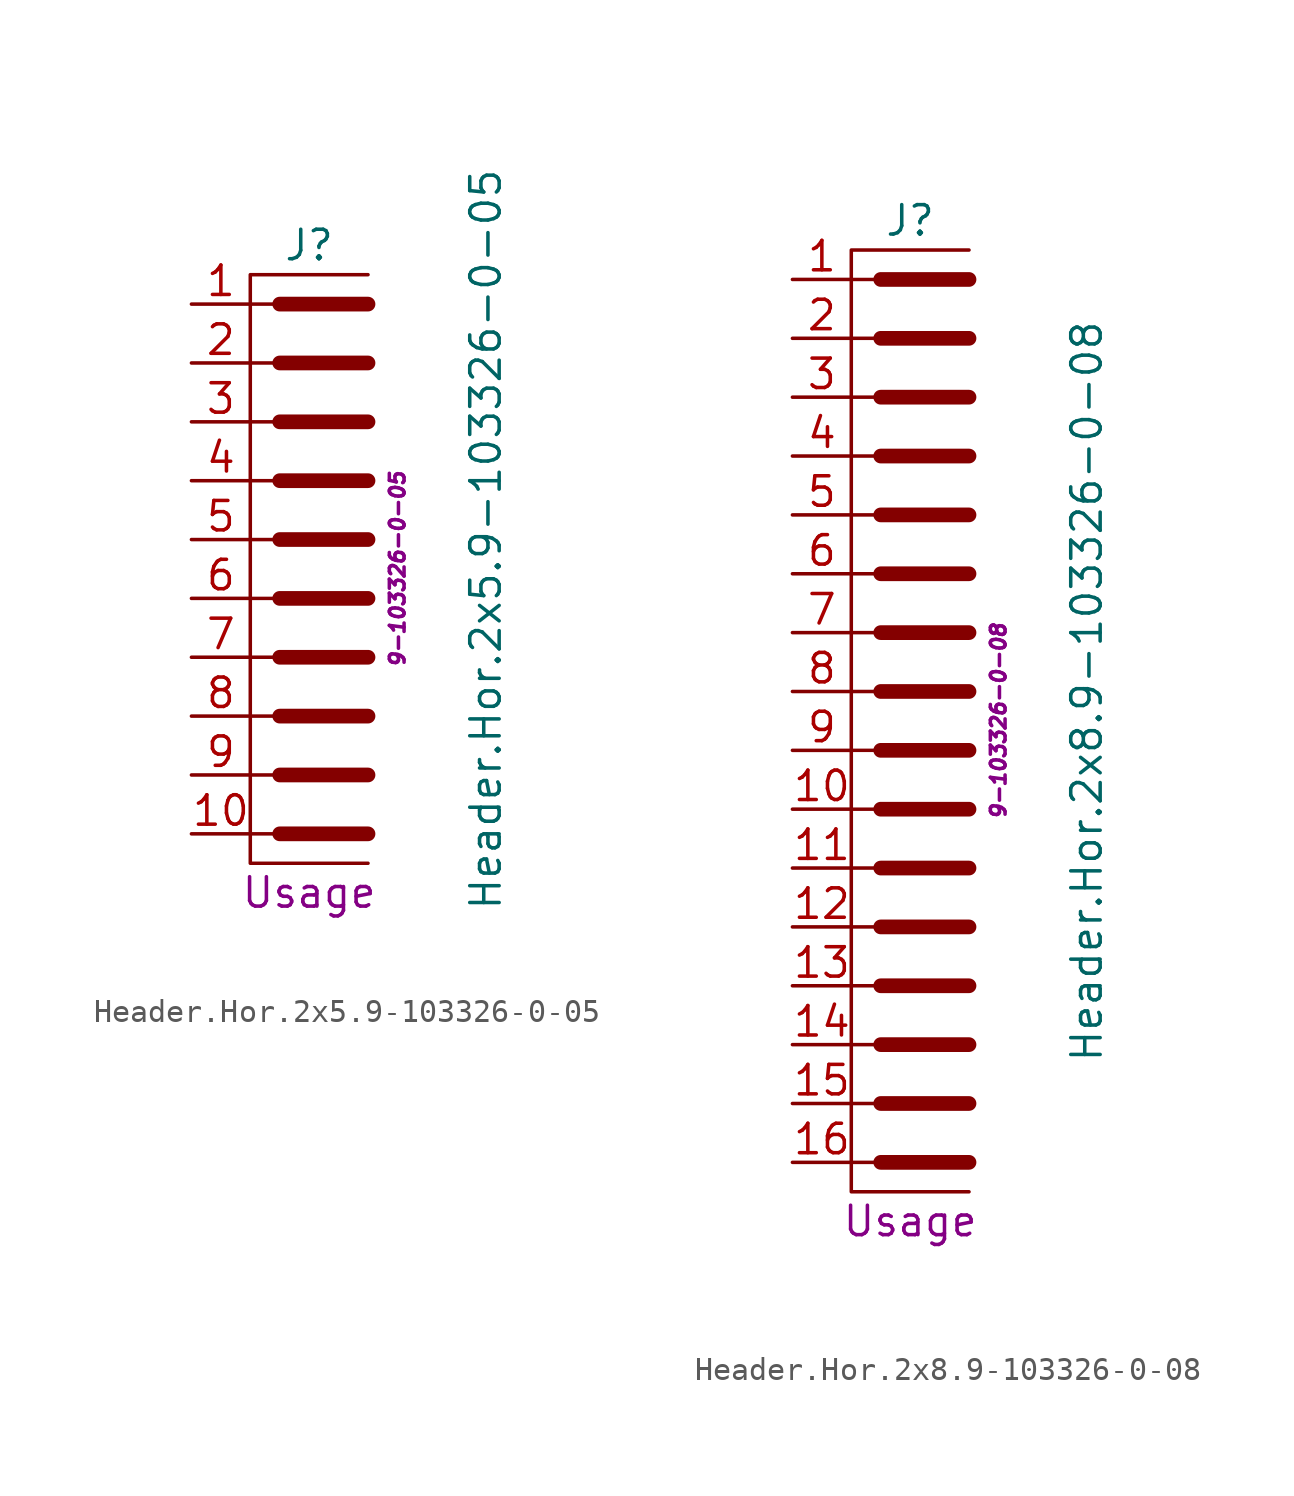
<source format=kicad_sym>
(kicad_symbol_lib
  (version 20211014)
  (generator kicad_symbol_editor)
  (symbol "Header.Hor.2x5.9-103326-0-05"
    (pin_names hide)
    (property "Reference" "J"
      (at 2.54 12.7 0)
      (effects (font (size 1.27 1.27))))
    (property "Value" "Header.Hor.2x5.9-103326-0-05"
      (at 10.16 0 90)
      (effects (font (size 1.27 1.27))))
    (property "Usage" "Usage"
      (at 2.54 -15.24 0)
      (effects (font (size 1.27 1.27))))
    (property "ID" "9-103326-0-05"
      (at 6.35 -1.27 90)
      (effects (font (size 0.635 0.635) italic)))
    (symbol "Header.Hor.2x5.9-103326-0-05_0_1"
      (polyline (pts (xy 1.27 -12.7) (xy 0 -12.7)) (stroke (width 0.152) (type default) (color 0 0 0 0)) (fill (type none)))
      (polyline (pts (xy 1.27 -10.16) (xy 0 -10.16)) (stroke (width 0.152) (type default) (color 0 0 0 0)) (fill (type none)))
      (polyline (pts (xy 1.27 -7.62) (xy 0 -7.62)) (stroke (width 0.152) (type default) (color 0 0 0 0)) (fill (type none)))
      (polyline (pts (xy 1.27 -5.08) (xy 0 -5.08)) (stroke (width 0.152) (type default) (color 0 0 0 0)) (fill (type none)))
      (polyline (pts (xy 1.27 -2.54) (xy 0 -2.54)) (stroke (width 0.152) (type default) (color 0 0 0 0)) (fill (type none)))
      (polyline (pts (xy 1.27 0) (xy 0 0)) (stroke (width 0.152) (type default) (color 0 0 0 0)) (fill (type none)))
      (polyline (pts (xy 1.27 2.54) (xy 0 2.54)) (stroke (width 0.152) (type default) (color 0 0 0 0)) (fill (type none)))
      (polyline (pts (xy 1.27 5.08) (xy 0 5.08)) (stroke (width 0.152) (type default) (color 0 0 0 0)) (fill (type none)))
      (polyline (pts (xy 1.27 7.62) (xy 0 7.62)) (stroke (width 0.152) (type default) (color 0 0 0 0)) (fill (type none)))
      (polyline (pts (xy 1.27 10.16) (xy 0 10.16)) (stroke (width 0.152) (type default) (color 0 0 0 0)) (fill (type none)))
      (polyline (pts (xy 5.08 -12.7) (xy 1.27 -12.7)) (stroke (width 0.635) (type default) (color 0 0 0 0)) (fill (type none)))
      (polyline (pts (xy 5.08 -10.16) (xy 1.27 -10.16)) (stroke (width 0.635) (type default) (color 0 0 0 0)) (fill (type none)))
      (polyline (pts (xy 5.08 -7.62) (xy 1.27 -7.62)) (stroke (width 0.635) (type default) (color 0 0 0 0)) (fill (type none)))
      (polyline (pts (xy 5.08 -5.08) (xy 1.27 -5.08)) (stroke (width 0.635) (type default) (color 0 0 0 0)) (fill (type none)))
      (polyline (pts (xy 5.08 -2.54) (xy 1.27 -2.54)) (stroke (width 0.635) (type default) (color 0 0 0 0)) (fill (type none)))
      (polyline (pts (xy 5.08 0) (xy 1.27 0)) (stroke (width 0.635) (type default) (color 0 0 0 0)) (fill (type none)))
      (polyline (pts (xy 5.08 2.54) (xy 1.27 2.54)) (stroke (width 0.635) (type default) (color 0 0 0 0)) (fill (type none)))
      (polyline (pts (xy 5.08 5.08) (xy 1.27 5.08)) (stroke (width 0.635) (type default) (color 0 0 0 0)) (fill (type none)))
      (polyline (pts (xy 5.08 7.62) (xy 1.27 7.62)) (stroke (width 0.635) (type default) (color 0 0 0 0)) (fill (type none)))
      (polyline (pts (xy 5.08 10.16) (xy 1.27 10.16)) (stroke (width 0.635) (type default) (color 0 0 0 0)) (fill (type none)))
      (polyline (pts (xy 5.08 11.43) (xy 0 11.43) (xy 0 -13.97) (xy 5.08 -13.97)) (stroke (width 0.152) (type default) (color 0 0 0 0)) (fill (type none))))
    (symbol "Header.Hor.2x5.9-103326-0-05_1_1"
      (pin passive line (at -2.54 10.16 0) (length 2.54) (name "1" (effects (font (size 1.27 1.27)))) (number "1" (effects (font (size 1.27 1.27)))))
      (pin passive line (at -2.54 -12.7 0) (length 2.54) (name "10" (effects (font (size 1.27 1.27)))) (number "10" (effects (font (size 1.27 1.27)))))
      (pin passive line (at -2.54 7.62 0) (length 2.54) (name "2" (effects (font (size 1.27 1.27)))) (number "2" (effects (font (size 1.27 1.27)))))
      (pin passive line (at -2.54 5.08 0) (length 2.54) (name "3" (effects (font (size 1.27 1.27)))) (number "3" (effects (font (size 1.27 1.27)))))
      (pin passive line (at -2.54 2.54 0) (length 2.54) (name "4" (effects (font (size 1.27 1.27)))) (number "4" (effects (font (size 1.27 1.27)))))
      (pin passive line (at -2.54 0 0) (length 2.54) (name "5" (effects (font (size 1.27 1.27)))) (number "5" (effects (font (size 1.27 1.27)))))
      (pin passive line (at -2.54 -2.54 0) (length 2.54) (name "6" (effects (font (size 1.27 1.27)))) (number "6" (effects (font (size 1.27 1.27)))))
      (pin passive line (at -2.54 -5.08 0) (length 2.54) (name "7" (effects (font (size 1.27 1.27)))) (number "7" (effects (font (size 1.27 1.27)))))
      (pin passive line (at -2.54 -7.62 0) (length 2.54) (name "8" (effects (font (size 1.27 1.27)))) (number "8" (effects (font (size 1.27 1.27)))))
      (pin passive line (at -2.54 -10.16 0) (length 2.54) (name "9" (effects (font (size 1.27 1.27)))) (number "9" (effects (font (size 1.27 1.27)))))))
  (symbol "Header.Hor.2x8.9-103326-0-08"
    (pin_names hide)
    (property "Reference" "J"
      (at 2.54 20.32 0)
      (effects (font (size 1.27 1.27))))
    (property "Value" "Header.Hor.2x8.9-103326-0-08"
      (at 10.16 0 90)
      (effects (font (size 1.27 1.27))))
    (property "Usage" "Usage"
      (at 2.54 -22.86 0)
      (effects (font (size 1.27 1.27))))
    (property "ID" "9-103326-0-08"
      (at 6.35 -1.27 90)
      (effects (font (size 0.635 0.635) italic)))
    (symbol "Header.Hor.2x8.9-103326-0-08_0_1"
      (polyline (pts (xy 1.27 -20.32) (xy 0 -20.32)) (stroke (width 0.152) (type default) (color 0 0 0 0)) (fill (type none)))
      (polyline (pts (xy 1.27 -17.78) (xy 0 -17.78)) (stroke (width 0.152) (type default) (color 0 0 0 0)) (fill (type none)))
      (polyline (pts (xy 1.27 -15.24) (xy 0 -15.24)) (stroke (width 0.152) (type default) (color 0 0 0 0)) (fill (type none)))
      (polyline (pts (xy 1.27 -12.7) (xy 0 -12.7)) (stroke (width 0.152) (type default) (color 0 0 0 0)) (fill (type none)))
      (polyline (pts (xy 1.27 -10.16) (xy 0 -10.16)) (stroke (width 0.152) (type default) (color 0 0 0 0)) (fill (type none)))
      (polyline (pts (xy 1.27 -7.62) (xy 0 -7.62)) (stroke (width 0.152) (type default) (color 0 0 0 0)) (fill (type none)))
      (polyline (pts (xy 1.27 -5.08) (xy 0 -5.08)) (stroke (width 0.152) (type default) (color 0 0 0 0)) (fill (type none)))
      (polyline (pts (xy 1.27 -2.54) (xy 0 -2.54)) (stroke (width 0.152) (type default) (color 0 0 0 0)) (fill (type none)))
      (polyline (pts (xy 1.27 0) (xy 0 0)) (stroke (width 0.152) (type default) (color 0 0 0 0)) (fill (type none)))
      (polyline (pts (xy 1.27 2.54) (xy 0 2.54)) (stroke (width 0.152) (type default) (color 0 0 0 0)) (fill (type none)))
      (polyline (pts (xy 1.27 5.08) (xy 0 5.08)) (stroke (width 0.152) (type default) (color 0 0 0 0)) (fill (type none)))
      (polyline (pts (xy 1.27 7.62) (xy 0 7.62)) (stroke (width 0.152) (type default) (color 0 0 0 0)) (fill (type none)))
      (polyline (pts (xy 1.27 10.16) (xy 0 10.16)) (stroke (width 0.152) (type default) (color 0 0 0 0)) (fill (type none)))
      (polyline (pts (xy 1.27 12.7) (xy 0 12.7)) (stroke (width 0.152) (type default) (color 0 0 0 0)) (fill (type none)))
      (polyline (pts (xy 1.27 15.24) (xy 0 15.24)) (stroke (width 0.152) (type default) (color 0 0 0 0)) (fill (type none)))
      (polyline (pts (xy 1.27 17.78) (xy 0 17.78)) (stroke (width 0.152) (type default) (color 0 0 0 0)) (fill (type none)))
      (polyline (pts (xy 5.08 -20.32) (xy 1.27 -20.32)) (stroke (width 0.635) (type default) (color 0 0 0 0)) (fill (type none)))
      (polyline (pts (xy 5.08 -17.78) (xy 1.27 -17.78)) (stroke (width 0.635) (type default) (color 0 0 0 0)) (fill (type none)))
      (polyline (pts (xy 5.08 -15.24) (xy 1.27 -15.24)) (stroke (width 0.635) (type default) (color 0 0 0 0)) (fill (type none)))
      (polyline (pts (xy 5.08 -12.7) (xy 1.27 -12.7)) (stroke (width 0.635) (type default) (color 0 0 0 0)) (fill (type none)))
      (polyline (pts (xy 5.08 -10.16) (xy 1.27 -10.16)) (stroke (width 0.635) (type default) (color 0 0 0 0)) (fill (type none)))
      (polyline (pts (xy 5.08 -7.62) (xy 1.27 -7.62)) (stroke (width 0.635) (type default) (color 0 0 0 0)) (fill (type none)))
      (polyline (pts (xy 5.08 -5.08) (xy 1.27 -5.08)) (stroke (width 0.635) (type default) (color 0 0 0 0)) (fill (type none)))
      (polyline (pts (xy 5.08 -2.54) (xy 1.27 -2.54)) (stroke (width 0.635) (type default) (color 0 0 0 0)) (fill (type none)))
      (polyline (pts (xy 5.08 0) (xy 1.27 0)) (stroke (width 0.635) (type default) (color 0 0 0 0)) (fill (type none)))
      (polyline (pts (xy 5.08 2.54) (xy 1.27 2.54)) (stroke (width 0.635) (type default) (color 0 0 0 0)) (fill (type none)))
      (polyline (pts (xy 5.08 5.08) (xy 1.27 5.08)) (stroke (width 0.635) (type default) (color 0 0 0 0)) (fill (type none)))
      (polyline (pts (xy 5.08 7.62) (xy 1.27 7.62)) (stroke (width 0.635) (type default) (color 0 0 0 0)) (fill (type none)))
      (polyline (pts (xy 5.08 10.16) (xy 1.27 10.16)) (stroke (width 0.635) (type default) (color 0 0 0 0)) (fill (type none)))
      (polyline (pts (xy 5.08 12.7) (xy 1.27 12.7)) (stroke (width 0.635) (type default) (color 0 0 0 0)) (fill (type none)))
      (polyline (pts (xy 5.08 15.24) (xy 1.27 15.24)) (stroke (width 0.635) (type default) (color 0 0 0 0)) (fill (type none)))
      (polyline (pts (xy 5.08 17.78) (xy 1.27 17.78)) (stroke (width 0.635) (type default) (color 0 0 0 0)) (fill (type none)))
      (polyline (pts (xy 5.08 19.05) (xy 0 19.05) (xy 0 -21.59) (xy 5.08 -21.59)) (stroke (width 0.152) (type default) (color 0 0 0 0)) (fill (type none))))
    (symbol "Header.Hor.2x8.9-103326-0-08_1_1"
      (pin passive line (at -2.54 17.78 0) (length 2.54) (name "1" (effects (font (size 1.27 1.27)))) (number "1" (effects (font (size 1.27 1.27)))))
      (pin passive line (at -2.54 -5.08 0) (length 2.54) (name "10" (effects (font (size 1.27 1.27)))) (number "10" (effects (font (size 1.27 1.27)))))
      (pin passive line (at -2.54 -7.62 0) (length 2.54) (name "11" (effects (font (size 1.27 1.27)))) (number "11" (effects (font (size 1.27 1.27)))))
      (pin passive line (at -2.54 -10.16 0) (length 2.54) (name "12" (effects (font (size 1.27 1.27)))) (number "12" (effects (font (size 1.27 1.27)))))
      (pin passive line (at -2.54 -12.7 0) (length 2.54) (name "13" (effects (font (size 1.27 1.27)))) (number "13" (effects (font (size 1.27 1.27)))))
      (pin passive line (at -2.54 -15.24 0) (length 2.54) (name "14" (effects (font (size 1.27 1.27)))) (number "14" (effects (font (size 1.27 1.27)))))
      (pin passive line (at -2.54 -17.78 0) (length 2.54) (name "15" (effects (font (size 1.27 1.27)))) (number "15" (effects (font (size 1.27 1.27)))))
      (pin passive line (at -2.54 -20.32 0) (length 2.54) (name "16" (effects (font (size 1.27 1.27)))) (number "16" (effects (font (size 1.27 1.27)))))
      (pin passive line (at -2.54 15.24 0) (length 2.54) (name "2" (effects (font (size 1.27 1.27)))) (number "2" (effects (font (size 1.27 1.27)))))
      (pin passive line (at -2.54 12.7 0) (length 2.54) (name "3" (effects (font (size 1.27 1.27)))) (number "3" (effects (font (size 1.27 1.27)))))
      (pin passive line (at -2.54 10.16 0) (length 2.54) (name "4" (effects (font (size 1.27 1.27)))) (number "4" (effects (font (size 1.27 1.27)))))
      (pin passive line (at -2.54 7.62 0) (length 2.54) (name "5" (effects (font (size 1.27 1.27)))) (number "5" (effects (font (size 1.27 1.27)))))
      (pin passive line (at -2.54 5.08 0) (length 2.54) (name "6" (effects (font (size 1.27 1.27)))) (number "6" (effects (font (size 1.27 1.27)))))
      (pin passive line (at -2.54 2.54 0) (length 2.54) (name "7" (effects (font (size 1.27 1.27)))) (number "7" (effects (font (size 1.27 1.27)))))
      (pin passive line (at -2.54 0 0) (length 2.54) (name "8" (effects (font (size 1.27 1.27)))) (number "8" (effects (font (size 1.27 1.27)))))
      (pin passive line (at -2.54 -2.54 0) (length 2.54) (name "9" (effects (font (size 1.27 1.27)))) (number "9" (effects (font (size 1.27 1.27))))))))
</source>
